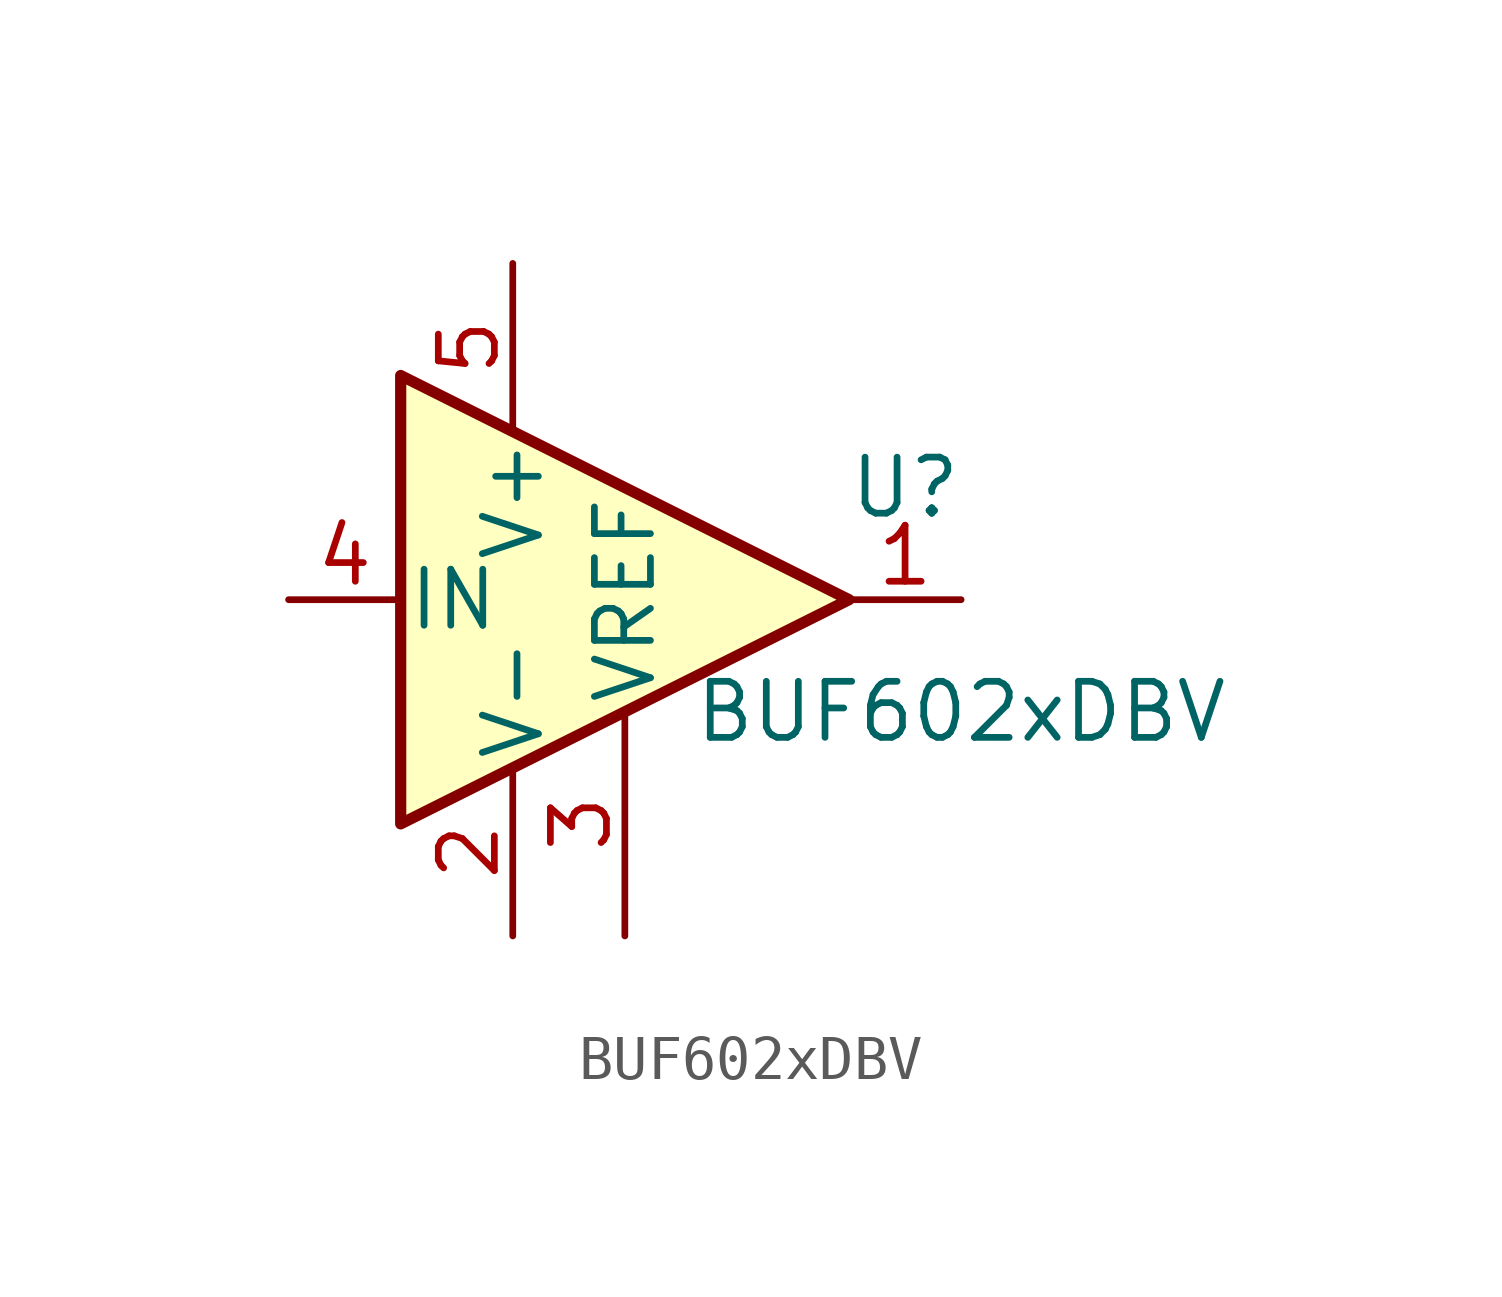
<source format=kicad_sym>
(kicad_symbol_lib
  (version 20201005)
  (generator kicad_symbol_editor)
  (symbol "BUF602xDBV"
    (pin_names
      (offset 0.127))
    (property "Reference" "U"
      (at 6.35 2.54 0)
      (effects (font (size 1.27 1.27))))
    (property "Value" "BUF602xDBV"
      (at 7.62 -2.54 0)
      (effects (font (size 1.27 1.27))))
    (symbol "BUF602xDBV_0_1"
      (polyline (pts (xy 5.08 0) (xy -5.08 5.08) (xy -5.08 -5.08) (xy 5.08 0)) (stroke (width 0.254)) (fill (type background))))
    (symbol "BUF602xDBV_1_1"
      (pin output line (at 7.62 0 180) (length 2.54) (name "~" (effects (font (size 1.27 1.27)))) (number "1" (effects (font (size 1.27 1.27)))))
      (pin power_in line (at -2.54 -7.62 90) (length 3.81) (name "V-" (effects (font (size 1.27 1.27)))) (number "2" (effects (font (size 1.27 1.27)))))
      (pin output line (at 0 -7.62 90) (length 5.08) (name "VREF" (effects (font (size 1.27 1.27)))) (number "3" (effects (font (size 1.27 1.27)))))
      (pin input line (at -7.62 0 0) (length 2.54) (name "IN" (effects (font (size 1.27 1.27)))) (number "4" (effects (font (size 1.27 1.27)))))
      (pin power_in line (at -2.54 7.62 270) (length 3.81) (name "V+" (effects (font (size 1.27 1.27)))) (number "5" (effects (font (size 1.27 1.27))))))))
</source>
